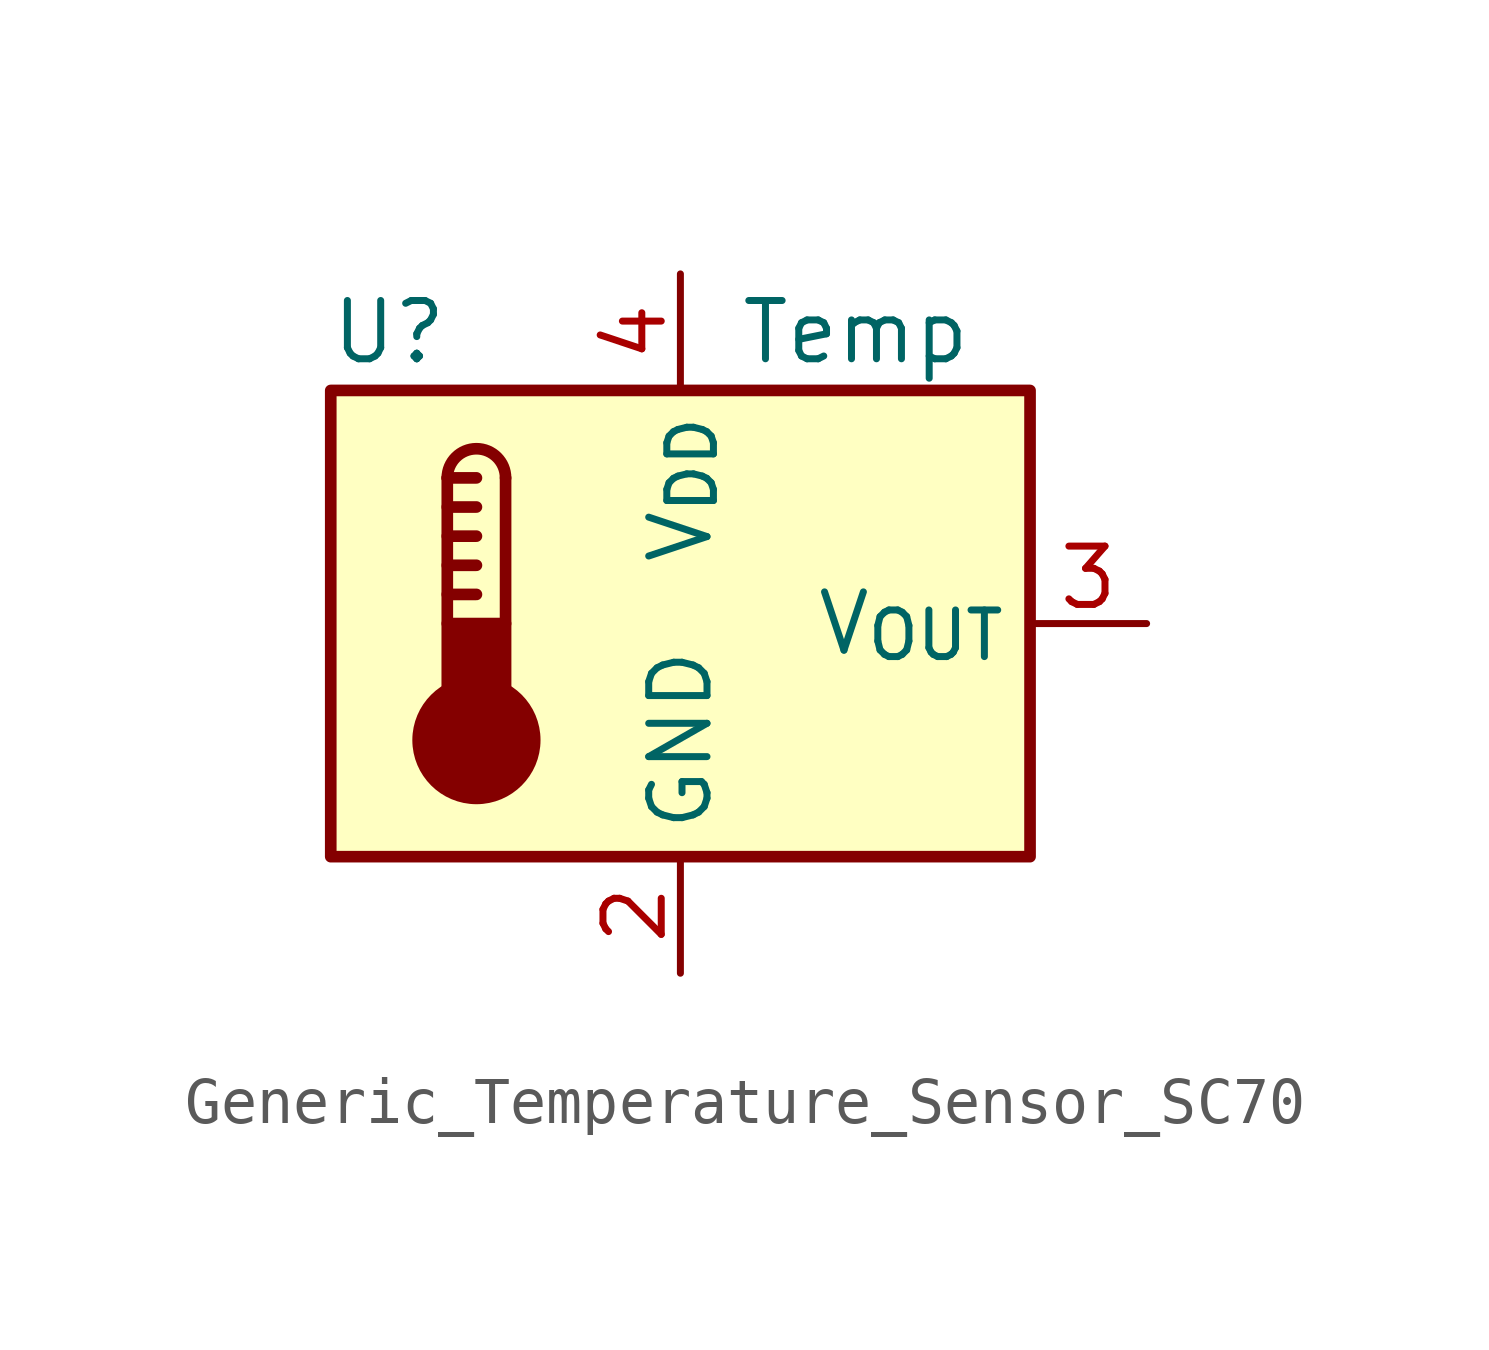
<source format=kicad_sym>
(kicad_symbol_lib
  (version 20220914)
  (generator kicad_symbol_editor)
  (symbol "Generic_Temperature_Sensor_SC70"
    (property "Reference" "U"
      (at -6.35 6.35 0)
      (effects (font (size 1.27 1.27))))
    (property "Value" "Temp"
      (at 1.27 6.35 0)
      (effects (font (size 1.27 1.27)) (justify left)))
    (symbol "Generic_Temperature_Sensor_SC70_0_1"
      (rectangle (start -7.62 5.08) (end 7.62 -5.08) (stroke (width 0.254) (type default)) (fill (type background)))
      (circle (center -4.445 -2.54) (radius 1.27) (stroke (width 0.254) (type default)) (fill (type outline)))
      (rectangle (start -3.81 -1.905) (end -5.08 0) (stroke (width 0.254) (type default)) (fill (type outline)))
      (arc (start -3.81 3.175) (mid -4.445 3.8073) (end -5.08 3.175) (stroke (width 0.254) (type default)) (fill (type none)))
      (polyline (pts (xy -5.08 0.635) (xy -4.445 0.635)) (stroke (width 0.254) (type default)) (fill (type none)))
      (polyline (pts (xy -5.08 1.27) (xy -4.445 1.27)) (stroke (width 0.254) (type default)) (fill (type none)))
      (polyline (pts (xy -5.08 1.905) (xy -4.445 1.905)) (stroke (width 0.254) (type default)) (fill (type none)))
      (polyline (pts (xy -5.08 2.54) (xy -4.445 2.54)) (stroke (width 0.254) (type default)) (fill (type none)))
      (polyline (pts (xy -5.08 3.175) (xy -5.08 0)) (stroke (width 0.254) (type default)) (fill (type none)))
      (polyline (pts (xy -5.08 3.175) (xy -4.445 3.175)) (stroke (width 0.254) (type default)) (fill (type none)))
      (polyline (pts (xy -3.81 3.175) (xy -3.81 0)) (stroke (width 0.254) (type default)) (fill (type none))))
    (symbol "Generic_Temperature_Sensor_SC70_1_1"
      (pin passive line (at 0 -7.62 90) (length 2.54) hide (name "GND" (effects (font (size 1.27 1.27)))) (number "1" (effects (font (size 1.27 1.27)))))
      (pin power_in line (at 0 -7.62 90) (length 2.54) (name "GND" (effects (font (size 1.27 1.27)))) (number "2" (effects (font (size 1.27 1.27)))))
      (pin output line (at 10.16 0 180) (length 2.54) (name "V_{OUT}" (effects (font (size 1.27 1.27)))) (number "3" (effects (font (size 1.27 1.27)))))
      (pin power_in line (at 0 7.62 270) (length 2.54) (name "V_{DD}" (effects (font (size 1.27 1.27)))) (number "4" (effects (font (size 1.27 1.27)))))
      (pin passive line (at 0 -7.62 90) (length 2.54) hide (name "GND" (effects (font (size 1.27 1.27)))) (number "5" (effects (font (size 1.27 1.27))))))))
</source>
